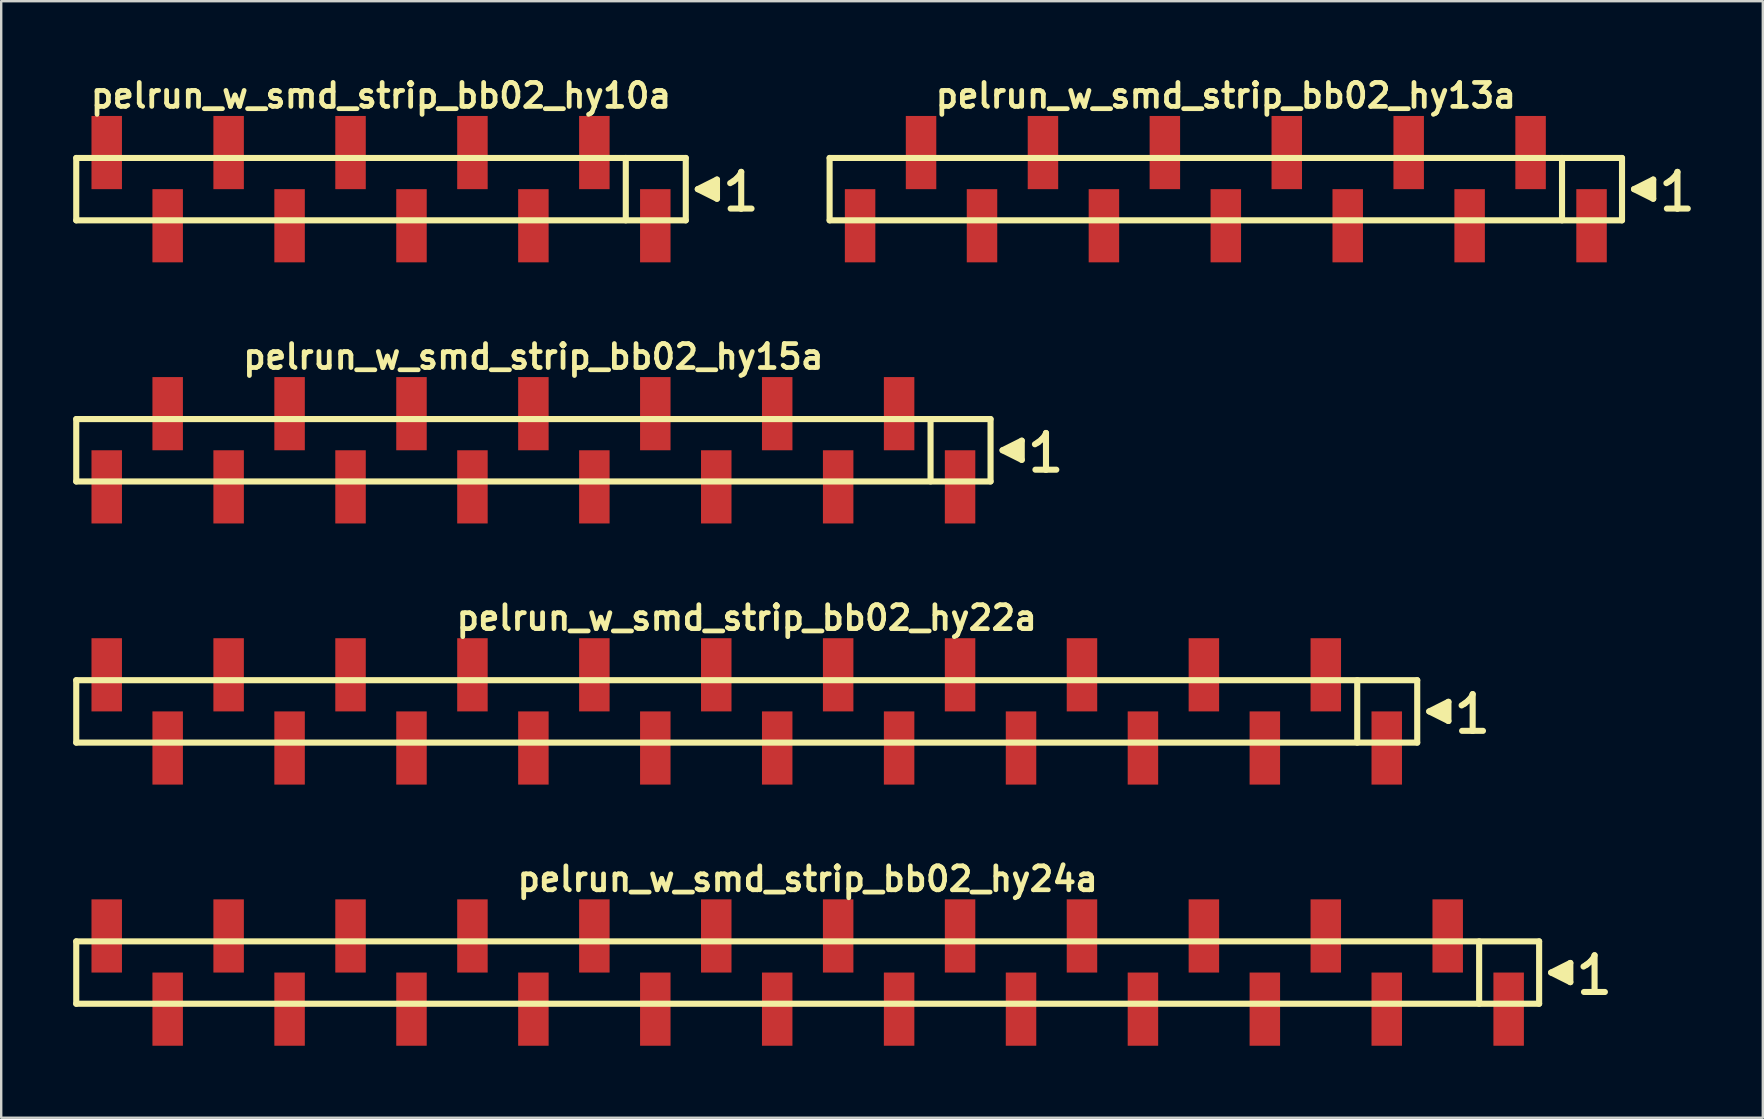
<source format=kicad_pcb>
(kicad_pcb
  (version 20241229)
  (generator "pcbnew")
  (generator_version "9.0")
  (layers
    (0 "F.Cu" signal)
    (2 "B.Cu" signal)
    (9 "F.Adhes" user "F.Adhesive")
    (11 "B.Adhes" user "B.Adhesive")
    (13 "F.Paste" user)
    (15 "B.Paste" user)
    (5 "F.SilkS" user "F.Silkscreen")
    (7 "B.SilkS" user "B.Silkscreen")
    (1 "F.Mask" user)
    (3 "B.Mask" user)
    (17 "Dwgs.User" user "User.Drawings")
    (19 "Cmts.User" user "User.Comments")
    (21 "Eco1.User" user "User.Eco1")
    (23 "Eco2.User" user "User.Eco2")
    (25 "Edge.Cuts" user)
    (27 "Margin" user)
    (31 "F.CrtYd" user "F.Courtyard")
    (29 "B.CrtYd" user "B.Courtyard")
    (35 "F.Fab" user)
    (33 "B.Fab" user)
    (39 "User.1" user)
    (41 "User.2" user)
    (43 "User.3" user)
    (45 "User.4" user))
  (footprint "pelrun_w_smd_strip_bb02_hy24a"
    (layer "F.Cu")
    (at 30.607 37.477)
    (property "Reference" "pelrun_w_smd_strip_bb02_hy24a" (at 0 -3.9 0) (layer "F.SilkS") (effects (font (size 0.998 0.998) (thickness 0.198))))
    (attr through_hole)
    (fp_line (start -30.48 -1.3) (end 30.48 -1.3) (stroke (width 0.254) (type solid)) (layer "F.SilkS"))
    (fp_line (start -30.48 1.3) (end -30.48 -1.3) (stroke (width 0.254) (type solid)) (layer "F.SilkS"))
    (fp_line (start 27.98 1.3) (end 27.98 -1.3) (stroke (width 0.254) (type solid)) (layer "F.SilkS"))
    (fp_line (start 30.48 -1.3) (end 30.48 1.3) (stroke (width 0.254) (type solid)) (layer "F.SilkS"))
    (fp_line (start 30.48 1.3) (end -30.48 1.3) (stroke (width 0.254) (type solid)) (layer "F.SilkS"))
    (fp_line (start 30.98 0) (end 31.78 0.4) (stroke (width 0.254) (type solid)) (layer "F.SilkS"))
    (fp_line (start 31.28 0.1) (end 31.28 -0.1) (stroke (width 0.254) (type solid)) (layer "F.SilkS"))
    (fp_line (start 31.38 -0.1) (end 31.38 0.1) (stroke (width 0.254) (type solid)) (layer "F.SilkS"))
    (fp_line (start 31.48 0.2) (end 31.48 -0.2) (stroke (width 0.254) (type solid)) (layer "F.SilkS"))
    (fp_line (start 31.58 -0.2) (end 31.58 0.2) (stroke (width 0.254) (type solid)) (layer "F.SilkS"))
    (fp_line (start 31.68 0.3) (end 31.68 -0.3) (stroke (width 0.254) (type solid)) (layer "F.SilkS"))
    (fp_line (start 31.78 -0.4) (end 30.98 0) (stroke (width 0.254) (type solid)) (layer "F.SilkS"))
    (fp_line (start 31.78 0.4) (end 31.78 -0.4) (stroke (width 0.254) (type solid)) (layer "F.SilkS"))
    (fp_line (start 32.33 -0.25) (end 32.46 -0.33) (stroke (width 0.254) (type solid)) (layer "F.SilkS"))
    (fp_line (start 32.46 -0.33) (end 32.62 -0.46) (stroke (width 0.254) (type solid)) (layer "F.SilkS"))
    (fp_line (start 32.62 -0.46) (end 32.76 -0.63) (stroke (width 0.254) (type solid)) (layer "F.SilkS"))
    (fp_line (start 32.76 -0.63) (end 32.79 -0.72) (stroke (width 0.254) (type solid)) (layer "F.SilkS"))
    (fp_line (start 32.79 -0.72) (end 32.79 0.81) (stroke (width 0.254) (type solid)) (layer "F.SilkS"))
    (fp_line (start 32.79 0.81) (end 32.35 0.81) (stroke (width 0.254) (type solid)) (layer "F.SilkS"))
    (fp_line (start 33.22 0.81) (end 32.78 0.81) (stroke (width 0.254) (type solid)) (layer "F.SilkS"))
    (pad "1" smd rect (at 29.21 1.525) (size 1.27 3.05) (layers "F.Cu" "F.Mask" "F.Paste"))
    (pad "2" smd rect (at 26.67 -1.525) (size 1.27 3.05) (layers "F.Cu" "F.Mask" "F.Paste"))
    (pad "3" smd rect (at 24.13 1.525) (size 1.27 3.05) (layers "F.Cu" "F.Mask" "F.Paste"))
    (pad "4" smd rect (at 21.59 -1.525) (size 1.27 3.05) (layers "F.Cu" "F.Mask" "F.Paste"))
    (pad "5" smd rect (at 19.05 1.525) (size 1.27 3.05) (layers "F.Cu" "F.Mask" "F.Paste"))
    (pad "6" smd rect (at 16.51 -1.525) (size 1.27 3.05) (layers "F.Cu" "F.Mask" "F.Paste"))
    (pad "7" smd rect (at 13.97 1.525) (size 1.27 3.05) (layers "F.Cu" "F.Mask" "F.Paste"))
    (pad "8" smd rect (at 11.43 -1.525) (size 1.27 3.05) (layers "F.Cu" "F.Mask" "F.Paste"))
    (pad "9" smd rect (at 8.89 1.525) (size 1.27 3.05) (layers "F.Cu" "F.Mask" "F.Paste"))
    (pad "10" smd rect (at 6.35 -1.525) (size 1.27 3.05) (layers "F.Cu" "F.Mask" "F.Paste"))
    (pad "11" smd rect (at 3.81 1.525) (size 1.27 3.05) (layers "F.Cu" "F.Mask" "F.Paste"))
    (pad "12" smd rect (at 1.27 -1.525) (size 1.27 3.05) (layers "F.Cu" "F.Mask" "F.Paste"))
    (pad "13" smd rect (at -1.27 1.525) (size 1.27 3.05) (layers "F.Cu" "F.Mask" "F.Paste"))
    (pad "14" smd rect (at -3.81 -1.525) (size 1.27 3.05) (layers "F.Cu" "F.Mask" "F.Paste"))
    (pad "15" smd rect (at -6.35 1.525) (size 1.27 3.05) (layers "F.Cu" "F.Mask" "F.Paste"))
    (pad "16" smd rect (at -8.89 -1.525) (size 1.27 3.05) (layers "F.Cu" "F.Mask" "F.Paste"))
    (pad "17" smd rect (at -11.43 1.525) (size 1.27 3.05) (layers "F.Cu" "F.Mask" "F.Paste"))
    (pad "18" smd rect (at -13.97 -1.525) (size 1.27 3.05) (layers "F.Cu" "F.Mask" "F.Paste"))
    (pad "19" smd rect (at -16.51 1.525) (size 1.27 3.05) (layers "F.Cu" "F.Mask" "F.Paste"))
    (pad "20" smd rect (at -19.05 -1.525) (size 1.27 3.05) (layers "F.Cu" "F.Mask" "F.Paste"))
    (pad "21" smd rect (at -21.59 1.525) (size 1.27 3.05) (layers "F.Cu" "F.Mask" "F.Paste"))
    (pad "22" smd rect (at -24.13 -1.525) (size 1.27 3.05) (layers "F.Cu" "F.Mask" "F.Paste"))
    (pad "23" smd rect (at -26.67 1.525) (size 1.27 3.05) (layers "F.Cu" "F.Mask" "F.Paste"))
    (pad "24" smd rect (at -29.21 -1.525) (size 1.27 3.05) (layers "F.Cu" "F.Mask" "F.Paste")))
  (footprint "pelrun_w_smd_strip_bb02_hy15a"
    (layer "F.Cu")
    (at 19.177 15.713)
    (property "Reference" "pelrun_w_smd_strip_bb02_hy15a" (at 0 -3.9 0) (layer "F.SilkS") (effects (font (size 0.998 0.998) (thickness 0.198))))
    (attr through_hole)
    (fp_line (start -19.05 -1.3) (end 19.05 -1.3) (stroke (width 0.254) (type solid)) (layer "F.SilkS"))
    (fp_line (start -19.05 1.3) (end -19.05 -1.3) (stroke (width 0.254) (type solid)) (layer "F.SilkS"))
    (fp_line (start 16.55 1.3) (end 16.55 -1.3) (stroke (width 0.254) (type solid)) (layer "F.SilkS"))
    (fp_line (start 19.05 -1.3) (end 19.05 1.3) (stroke (width 0.254) (type solid)) (layer "F.SilkS"))
    (fp_line (start 19.05 1.3) (end -19.05 1.3) (stroke (width 0.254) (type solid)) (layer "F.SilkS"))
    (fp_line (start 19.55 0) (end 20.35 0.4) (stroke (width 0.254) (type solid)) (layer "F.SilkS"))
    (fp_line (start 19.85 0.1) (end 19.85 -0.1) (stroke (width 0.254) (type solid)) (layer "F.SilkS"))
    (fp_line (start 19.95 -0.1) (end 19.95 0.1) (stroke (width 0.254) (type solid)) (layer "F.SilkS"))
    (fp_line (start 20.05 0.2) (end 20.05 -0.2) (stroke (width 0.254) (type solid)) (layer "F.SilkS"))
    (fp_line (start 20.15 -0.2) (end 20.15 0.2) (stroke (width 0.254) (type solid)) (layer "F.SilkS"))
    (fp_line (start 20.25 0.3) (end 20.25 -0.3) (stroke (width 0.254) (type solid)) (layer "F.SilkS"))
    (fp_line (start 20.35 -0.4) (end 19.55 0) (stroke (width 0.254) (type solid)) (layer "F.SilkS"))
    (fp_line (start 20.35 0.4) (end 20.35 -0.4) (stroke (width 0.254) (type solid)) (layer "F.SilkS"))
    (fp_line (start 20.9 -0.25) (end 21.03 -0.33) (stroke (width 0.254) (type solid)) (layer "F.SilkS"))
    (fp_line (start 21.03 -0.33) (end 21.19 -0.46) (stroke (width 0.254) (type solid)) (layer "F.SilkS"))
    (fp_line (start 21.19 -0.46) (end 21.33 -0.63) (stroke (width 0.254) (type solid)) (layer "F.SilkS"))
    (fp_line (start 21.33 -0.63) (end 21.36 -0.72) (stroke (width 0.254) (type solid)) (layer "F.SilkS"))
    (fp_line (start 21.36 -0.72) (end 21.36 0.81) (stroke (width 0.254) (type solid)) (layer "F.SilkS"))
    (fp_line (start 21.36 0.81) (end 20.92 0.81) (stroke (width 0.254) (type solid)) (layer "F.SilkS"))
    (fp_line (start 21.79 0.81) (end 21.35 0.81) (stroke (width 0.254) (type solid)) (layer "F.SilkS"))
    (pad "1" smd rect (at 17.78 1.525) (size 1.27 3.05) (layers "F.Cu" "F.Mask" "F.Paste"))
    (pad "2" smd rect (at 15.24 -1.525) (size 1.27 3.05) (layers "F.Cu" "F.Mask" "F.Paste"))
    (pad "3" smd rect (at 12.7 1.525) (size 1.27 3.05) (layers "F.Cu" "F.Mask" "F.Paste"))
    (pad "4" smd rect (at 10.16 -1.525) (size 1.27 3.05) (layers "F.Cu" "F.Mask" "F.Paste"))
    (pad "5" smd rect (at 7.62 1.525) (size 1.27 3.05) (layers "F.Cu" "F.Mask" "F.Paste"))
    (pad "6" smd rect (at 5.08 -1.525) (size 1.27 3.05) (layers "F.Cu" "F.Mask" "F.Paste"))
    (pad "7" smd rect (at 2.54 1.525) (size 1.27 3.05) (layers "F.Cu" "F.Mask" "F.Paste"))
    (pad "8" smd rect (at 0 -1.525) (size 1.27 3.05) (layers "F.Cu" "F.Mask" "F.Paste"))
    (pad "9" smd rect (at -2.54 1.525) (size 1.27 3.05) (layers "F.Cu" "F.Mask" "F.Paste"))
    (pad "10" smd rect (at -5.08 -1.525) (size 1.27 3.05) (layers "F.Cu" "F.Mask" "F.Paste"))
    (pad "11" smd rect (at -7.62 1.525) (size 1.27 3.05) (layers "F.Cu" "F.Mask" "F.Paste"))
    (pad "12" smd rect (at -10.16 -1.525) (size 1.27 3.05) (layers "F.Cu" "F.Mask" "F.Paste"))
    (pad "13" smd rect (at -12.7 1.525) (size 1.27 3.05) (layers "F.Cu" "F.Mask" "F.Paste"))
    (pad "14" smd rect (at -15.24 -1.525) (size 1.27 3.05) (layers "F.Cu" "F.Mask" "F.Paste"))
    (pad "15" smd rect (at -17.78 1.525) (size 1.27 3.05) (layers "F.Cu" "F.Mask" "F.Paste")))
  (footprint "pelrun_w_smd_strip_bb02_hy22a"
    (layer "F.Cu")
    (at 28.067 26.595)
    (property "Reference" "pelrun_w_smd_strip_bb02_hy22a" (at 0 -3.9 0) (layer "F.SilkS") (effects (font (size 0.998 0.998) (thickness 0.198))))
    (attr through_hole)
    (fp_line (start -27.94 -1.3) (end 27.94 -1.3) (stroke (width 0.254) (type solid)) (layer "F.SilkS"))
    (fp_line (start -27.94 1.3) (end -27.94 -1.3) (stroke (width 0.254) (type solid)) (layer "F.SilkS"))
    (fp_line (start 25.44 1.3) (end 25.44 -1.3) (stroke (width 0.254) (type solid)) (layer "F.SilkS"))
    (fp_line (start 27.94 -1.3) (end 27.94 1.3) (stroke (width 0.254) (type solid)) (layer "F.SilkS"))
    (fp_line (start 27.94 1.3) (end -27.94 1.3) (stroke (width 0.254) (type solid)) (layer "F.SilkS"))
    (fp_line (start 28.44 0) (end 29.24 0.4) (stroke (width 0.254) (type solid)) (layer "F.SilkS"))
    (fp_line (start 28.74 0.1) (end 28.74 -0.1) (stroke (width 0.254) (type solid)) (layer "F.SilkS"))
    (fp_line (start 28.84 -0.1) (end 28.84 0.1) (stroke (width 0.254) (type solid)) (layer "F.SilkS"))
    (fp_line (start 28.94 0.2) (end 28.94 -0.2) (stroke (width 0.254) (type solid)) (layer "F.SilkS"))
    (fp_line (start 29.04 -0.2) (end 29.04 0.2) (stroke (width 0.254) (type solid)) (layer "F.SilkS"))
    (fp_line (start 29.14 0.3) (end 29.14 -0.3) (stroke (width 0.254) (type solid)) (layer "F.SilkS"))
    (fp_line (start 29.24 -0.4) (end 28.44 0) (stroke (width 0.254) (type solid)) (layer "F.SilkS"))
    (fp_line (start 29.24 0.4) (end 29.24 -0.4) (stroke (width 0.254) (type solid)) (layer "F.SilkS"))
    (fp_line (start 29.79 -0.25) (end 29.92 -0.33) (stroke (width 0.254) (type solid)) (layer "F.SilkS"))
    (fp_line (start 29.92 -0.33) (end 30.08 -0.46) (stroke (width 0.254) (type solid)) (layer "F.SilkS"))
    (fp_line (start 30.08 -0.46) (end 30.22 -0.63) (stroke (width 0.254) (type solid)) (layer "F.SilkS"))
    (fp_line (start 30.22 -0.63) (end 30.25 -0.72) (stroke (width 0.254) (type solid)) (layer "F.SilkS"))
    (fp_line (start 30.25 -0.72) (end 30.25 0.81) (stroke (width 0.254) (type solid)) (layer "F.SilkS"))
    (fp_line (start 30.25 0.81) (end 29.81 0.81) (stroke (width 0.254) (type solid)) (layer "F.SilkS"))
    (fp_line (start 30.68 0.81) (end 30.24 0.81) (stroke (width 0.254) (type solid)) (layer "F.SilkS"))
    (pad "1" smd rect (at 26.67 1.525) (size 1.27 3.05) (layers "F.Cu" "F.Mask" "F.Paste"))
    (pad "2" smd rect (at 24.13 -1.525) (size 1.27 3.05) (layers "F.Cu" "F.Mask" "F.Paste"))
    (pad "3" smd rect (at 21.59 1.525) (size 1.27 3.05) (layers "F.Cu" "F.Mask" "F.Paste"))
    (pad "4" smd rect (at 19.05 -1.525) (size 1.27 3.05) (layers "F.Cu" "F.Mask" "F.Paste"))
    (pad "5" smd rect (at 16.51 1.525) (size 1.27 3.05) (layers "F.Cu" "F.Mask" "F.Paste"))
    (pad "6" smd rect (at 13.97 -1.525) (size 1.27 3.05) (layers "F.Cu" "F.Mask" "F.Paste"))
    (pad "7" smd rect (at 11.43 1.525) (size 1.27 3.05) (layers "F.Cu" "F.Mask" "F.Paste"))
    (pad "8" smd rect (at 8.89 -1.525) (size 1.27 3.05) (layers "F.Cu" "F.Mask" "F.Paste"))
    (pad "9" smd rect (at 6.35 1.525) (size 1.27 3.05) (layers "F.Cu" "F.Mask" "F.Paste"))
    (pad "10" smd rect (at 3.81 -1.525) (size 1.27 3.05) (layers "F.Cu" "F.Mask" "F.Paste"))
    (pad "11" smd rect (at 1.27 1.525) (size 1.27 3.05) (layers "F.Cu" "F.Mask" "F.Paste"))
    (pad "12" smd rect (at -1.27 -1.525) (size 1.27 3.05) (layers "F.Cu" "F.Mask" "F.Paste"))
    (pad "13" smd rect (at -3.81 1.525) (size 1.27 3.05) (layers "F.Cu" "F.Mask" "F.Paste"))
    (pad "14" smd rect (at -6.35 -1.525) (size 1.27 3.05) (layers "F.Cu" "F.Mask" "F.Paste"))
    (pad "15" smd rect (at -8.89 1.525) (size 1.27 3.05) (layers "F.Cu" "F.Mask" "F.Paste"))
    (pad "16" smd rect (at -11.43 -1.525) (size 1.27 3.05) (layers "F.Cu" "F.Mask" "F.Paste"))
    (pad "17" smd rect (at -13.97 1.525) (size 1.27 3.05) (layers "F.Cu" "F.Mask" "F.Paste"))
    (pad "18" smd rect (at -16.51 -1.525) (size 1.27 3.05) (layers "F.Cu" "F.Mask" "F.Paste"))
    (pad "19" smd rect (at -19.05 1.525) (size 1.27 3.05) (layers "F.Cu" "F.Mask" "F.Paste"))
    (pad "20" smd rect (at -21.59 -1.525) (size 1.27 3.05) (layers "F.Cu" "F.Mask" "F.Paste"))
    (pad "21" smd rect (at -24.13 1.525) (size 1.27 3.05) (layers "F.Cu" "F.Mask" "F.Paste"))
    (pad "22" smd rect (at -26.67 -1.525) (size 1.27 3.05) (layers "F.Cu" "F.Mask" "F.Paste")))
  (footprint "pelrun_w_smd_strip_bb02_hy10a"
    (layer "F.Cu")
    (at 12.827 4.832)
    (property "Reference" "pelrun_w_smd_strip_bb02_hy10a" (at 0 -3.9 0) (layer "F.SilkS") (effects (font (size 0.998 0.998) (thickness 0.198))))
    (attr through_hole)
    (fp_line (start -12.7 -1.3) (end 12.7 -1.3) (stroke (width 0.254) (type solid)) (layer "F.SilkS"))
    (fp_line (start -12.7 1.3) (end -12.7 -1.3) (stroke (width 0.254) (type solid)) (layer "F.SilkS"))
    (fp_line (start 10.2 1.3) (end 10.2 -1.3) (stroke (width 0.254) (type solid)) (layer "F.SilkS"))
    (fp_line (start 12.7 -1.3) (end 12.7 1.3) (stroke (width 0.254) (type solid)) (layer "F.SilkS"))
    (fp_line (start 12.7 1.3) (end -12.7 1.3) (stroke (width 0.254) (type solid)) (layer "F.SilkS"))
    (fp_line (start 13.2 0) (end 14 0.4) (stroke (width 0.254) (type solid)) (layer "F.SilkS"))
    (fp_line (start 13.5 0.1) (end 13.5 -0.1) (stroke (width 0.254) (type solid)) (layer "F.SilkS"))
    (fp_line (start 13.6 -0.1) (end 13.6 0.1) (stroke (width 0.254) (type solid)) (layer "F.SilkS"))
    (fp_line (start 13.7 0.2) (end 13.7 -0.2) (stroke (width 0.254) (type solid)) (layer "F.SilkS"))
    (fp_line (start 13.8 -0.2) (end 13.8 0.2) (stroke (width 0.254) (type solid)) (layer "F.SilkS"))
    (fp_line (start 13.9 0.3) (end 13.9 -0.3) (stroke (width 0.254) (type solid)) (layer "F.SilkS"))
    (fp_line (start 14 -0.4) (end 13.2 0) (stroke (width 0.254) (type solid)) (layer "F.SilkS"))
    (fp_line (start 14 0.4) (end 14 -0.4) (stroke (width 0.254) (type solid)) (layer "F.SilkS"))
    (fp_line (start 14.55 -0.25) (end 14.68 -0.33) (stroke (width 0.254) (type solid)) (layer "F.SilkS"))
    (fp_line (start 14.68 -0.33) (end 14.84 -0.46) (stroke (width 0.254) (type solid)) (layer "F.SilkS"))
    (fp_line (start 14.84 -0.46) (end 14.98 -0.63) (stroke (width 0.254) (type solid)) (layer "F.SilkS"))
    (fp_line (start 14.98 -0.63) (end 15.01 -0.72) (stroke (width 0.254) (type solid)) (layer "F.SilkS"))
    (fp_line (start 15.01 -0.72) (end 15.01 0.81) (stroke (width 0.254) (type solid)) (layer "F.SilkS"))
    (fp_line (start 15.01 0.81) (end 14.57 0.81) (stroke (width 0.254) (type solid)) (layer "F.SilkS"))
    (fp_line (start 15.44 0.81) (end 15 0.81) (stroke (width 0.254) (type solid)) (layer "F.SilkS"))
    (pad "1" smd rect (at 11.43 1.525) (size 1.27 3.05) (layers "F.Cu" "F.Mask" "F.Paste"))
    (pad "2" smd rect (at 8.89 -1.525) (size 1.27 3.05) (layers "F.Cu" "F.Mask" "F.Paste"))
    (pad "3" smd rect (at 6.35 1.525) (size 1.27 3.05) (layers "F.Cu" "F.Mask" "F.Paste"))
    (pad "4" smd rect (at 3.81 -1.525) (size 1.27 3.05) (layers "F.Cu" "F.Mask" "F.Paste"))
    (pad "5" smd rect (at 1.27 1.525) (size 1.27 3.05) (layers "F.Cu" "F.Mask" "F.Paste"))
    (pad "6" smd rect (at -1.27 -1.525) (size 1.27 3.05) (layers "F.Cu" "F.Mask" "F.Paste"))
    (pad "7" smd rect (at -3.81 1.525) (size 1.27 3.05) (layers "F.Cu" "F.Mask" "F.Paste"))
    (pad "8" smd rect (at -6.35 -1.525) (size 1.27 3.05) (layers "F.Cu" "F.Mask" "F.Paste"))
    (pad "9" smd rect (at -8.89 1.525) (size 1.27 3.05) (layers "F.Cu" "F.Mask" "F.Paste"))
    (pad "10" smd rect (at -11.43 -1.525) (size 1.27 3.05) (layers "F.Cu" "F.Mask" "F.Paste")))
  (footprint "pelrun_w_smd_strip_bb02_hy13a"
    (layer "F.Cu")
    (at 48.031 4.832)
    (property "Reference" "pelrun_w_smd_strip_bb02_hy13a" (at 0 -3.9 0) (layer "F.SilkS") (effects (font (size 0.998 0.998) (thickness 0.198))))
    (attr through_hole)
    (fp_line (start -16.51 -1.3) (end 16.51 -1.3) (stroke (width 0.254) (type solid)) (layer "F.SilkS"))
    (fp_line (start -16.51 1.3) (end -16.51 -1.3) (stroke (width 0.254) (type solid)) (layer "F.SilkS"))
    (fp_line (start 14.01 1.3) (end 14.01 -1.3) (stroke (width 0.254) (type solid)) (layer "F.SilkS"))
    (fp_line (start 16.51 -1.3) (end 16.51 1.3) (stroke (width 0.254) (type solid)) (layer "F.SilkS"))
    (fp_line (start 16.51 1.3) (end -16.51 1.3) (stroke (width 0.254) (type solid)) (layer "F.SilkS"))
    (fp_line (start 17.01 0) (end 17.81 0.4) (stroke (width 0.254) (type solid)) (layer "F.SilkS"))
    (fp_line (start 17.31 0.1) (end 17.31 -0.1) (stroke (width 0.254) (type solid)) (layer "F.SilkS"))
    (fp_line (start 17.41 -0.1) (end 17.41 0.1) (stroke (width 0.254) (type solid)) (layer "F.SilkS"))
    (fp_line (start 17.51 0.2) (end 17.51 -0.2) (stroke (width 0.254) (type solid)) (layer "F.SilkS"))
    (fp_line (start 17.61 -0.2) (end 17.61 0.2) (stroke (width 0.254) (type solid)) (layer "F.SilkS"))
    (fp_line (start 17.71 0.3) (end 17.71 -0.3) (stroke (width 0.254) (type solid)) (layer "F.SilkS"))
    (fp_line (start 17.81 -0.4) (end 17.01 0) (stroke (width 0.254) (type solid)) (layer "F.SilkS"))
    (fp_line (start 17.81 0.4) (end 17.81 -0.4) (stroke (width 0.254) (type solid)) (layer "F.SilkS"))
    (fp_line (start 18.36 -0.25) (end 18.49 -0.33) (stroke (width 0.254) (type solid)) (layer "F.SilkS"))
    (fp_line (start 18.49 -0.33) (end 18.65 -0.46) (stroke (width 0.254) (type solid)) (layer "F.SilkS"))
    (fp_line (start 18.65 -0.46) (end 18.79 -0.63) (stroke (width 0.254) (type solid)) (layer "F.SilkS"))
    (fp_line (start 18.79 -0.63) (end 18.82 -0.72) (stroke (width 0.254) (type solid)) (layer "F.SilkS"))
    (fp_line (start 18.82 -0.72) (end 18.82 0.81) (stroke (width 0.254) (type solid)) (layer "F.SilkS"))
    (fp_line (start 18.82 0.81) (end 18.38 0.81) (stroke (width 0.254) (type solid)) (layer "F.SilkS"))
    (fp_line (start 19.25 0.81) (end 18.81 0.81) (stroke (width 0.254) (type solid)) (layer "F.SilkS"))
    (pad "1" smd rect (at 15.24 1.525) (size 1.27 3.05) (layers "F.Cu" "F.Mask" "F.Paste"))
    (pad "2" smd rect (at 12.7 -1.525) (size 1.27 3.05) (layers "F.Cu" "F.Mask" "F.Paste"))
    (pad "3" smd rect (at 10.16 1.525) (size 1.27 3.05) (layers "F.Cu" "F.Mask" "F.Paste"))
    (pad "4" smd rect (at 7.62 -1.525) (size 1.27 3.05) (layers "F.Cu" "F.Mask" "F.Paste"))
    (pad "5" smd rect (at 5.08 1.525) (size 1.27 3.05) (layers "F.Cu" "F.Mask" "F.Paste"))
    (pad "6" smd rect (at 2.54 -1.525) (size 1.27 3.05) (layers "F.Cu" "F.Mask" "F.Paste"))
    (pad "7" smd rect (at 0 1.525) (size 1.27 3.05) (layers "F.Cu" "F.Mask" "F.Paste"))
    (pad "8" smd rect (at -2.54 -1.525) (size 1.27 3.05) (layers "F.Cu" "F.Mask" "F.Paste"))
    (pad "9" smd rect (at -5.08 1.525) (size 1.27 3.05) (layers "F.Cu" "F.Mask" "F.Paste"))
    (pad "10" smd rect (at -7.62 -1.525) (size 1.27 3.05) (layers "F.Cu" "F.Mask" "F.Paste"))
    (pad "11" smd rect (at -10.16 1.525) (size 1.27 3.05) (layers "F.Cu" "F.Mask" "F.Paste"))
    (pad "12" smd rect (at -12.7 -1.525) (size 1.27 3.05) (layers "F.Cu" "F.Mask" "F.Paste"))
    (pad "13" smd rect (at -15.24 1.525) (size 1.27 3.05) (layers "F.Cu" "F.Mask" "F.Paste")))
  (gr_rect
    (start -3 -3)
    (end 70.408 43.527)
    (stroke (width 0.1) (type default))
    (fill no)
    (layer "Edge.Cuts")))
</source>
